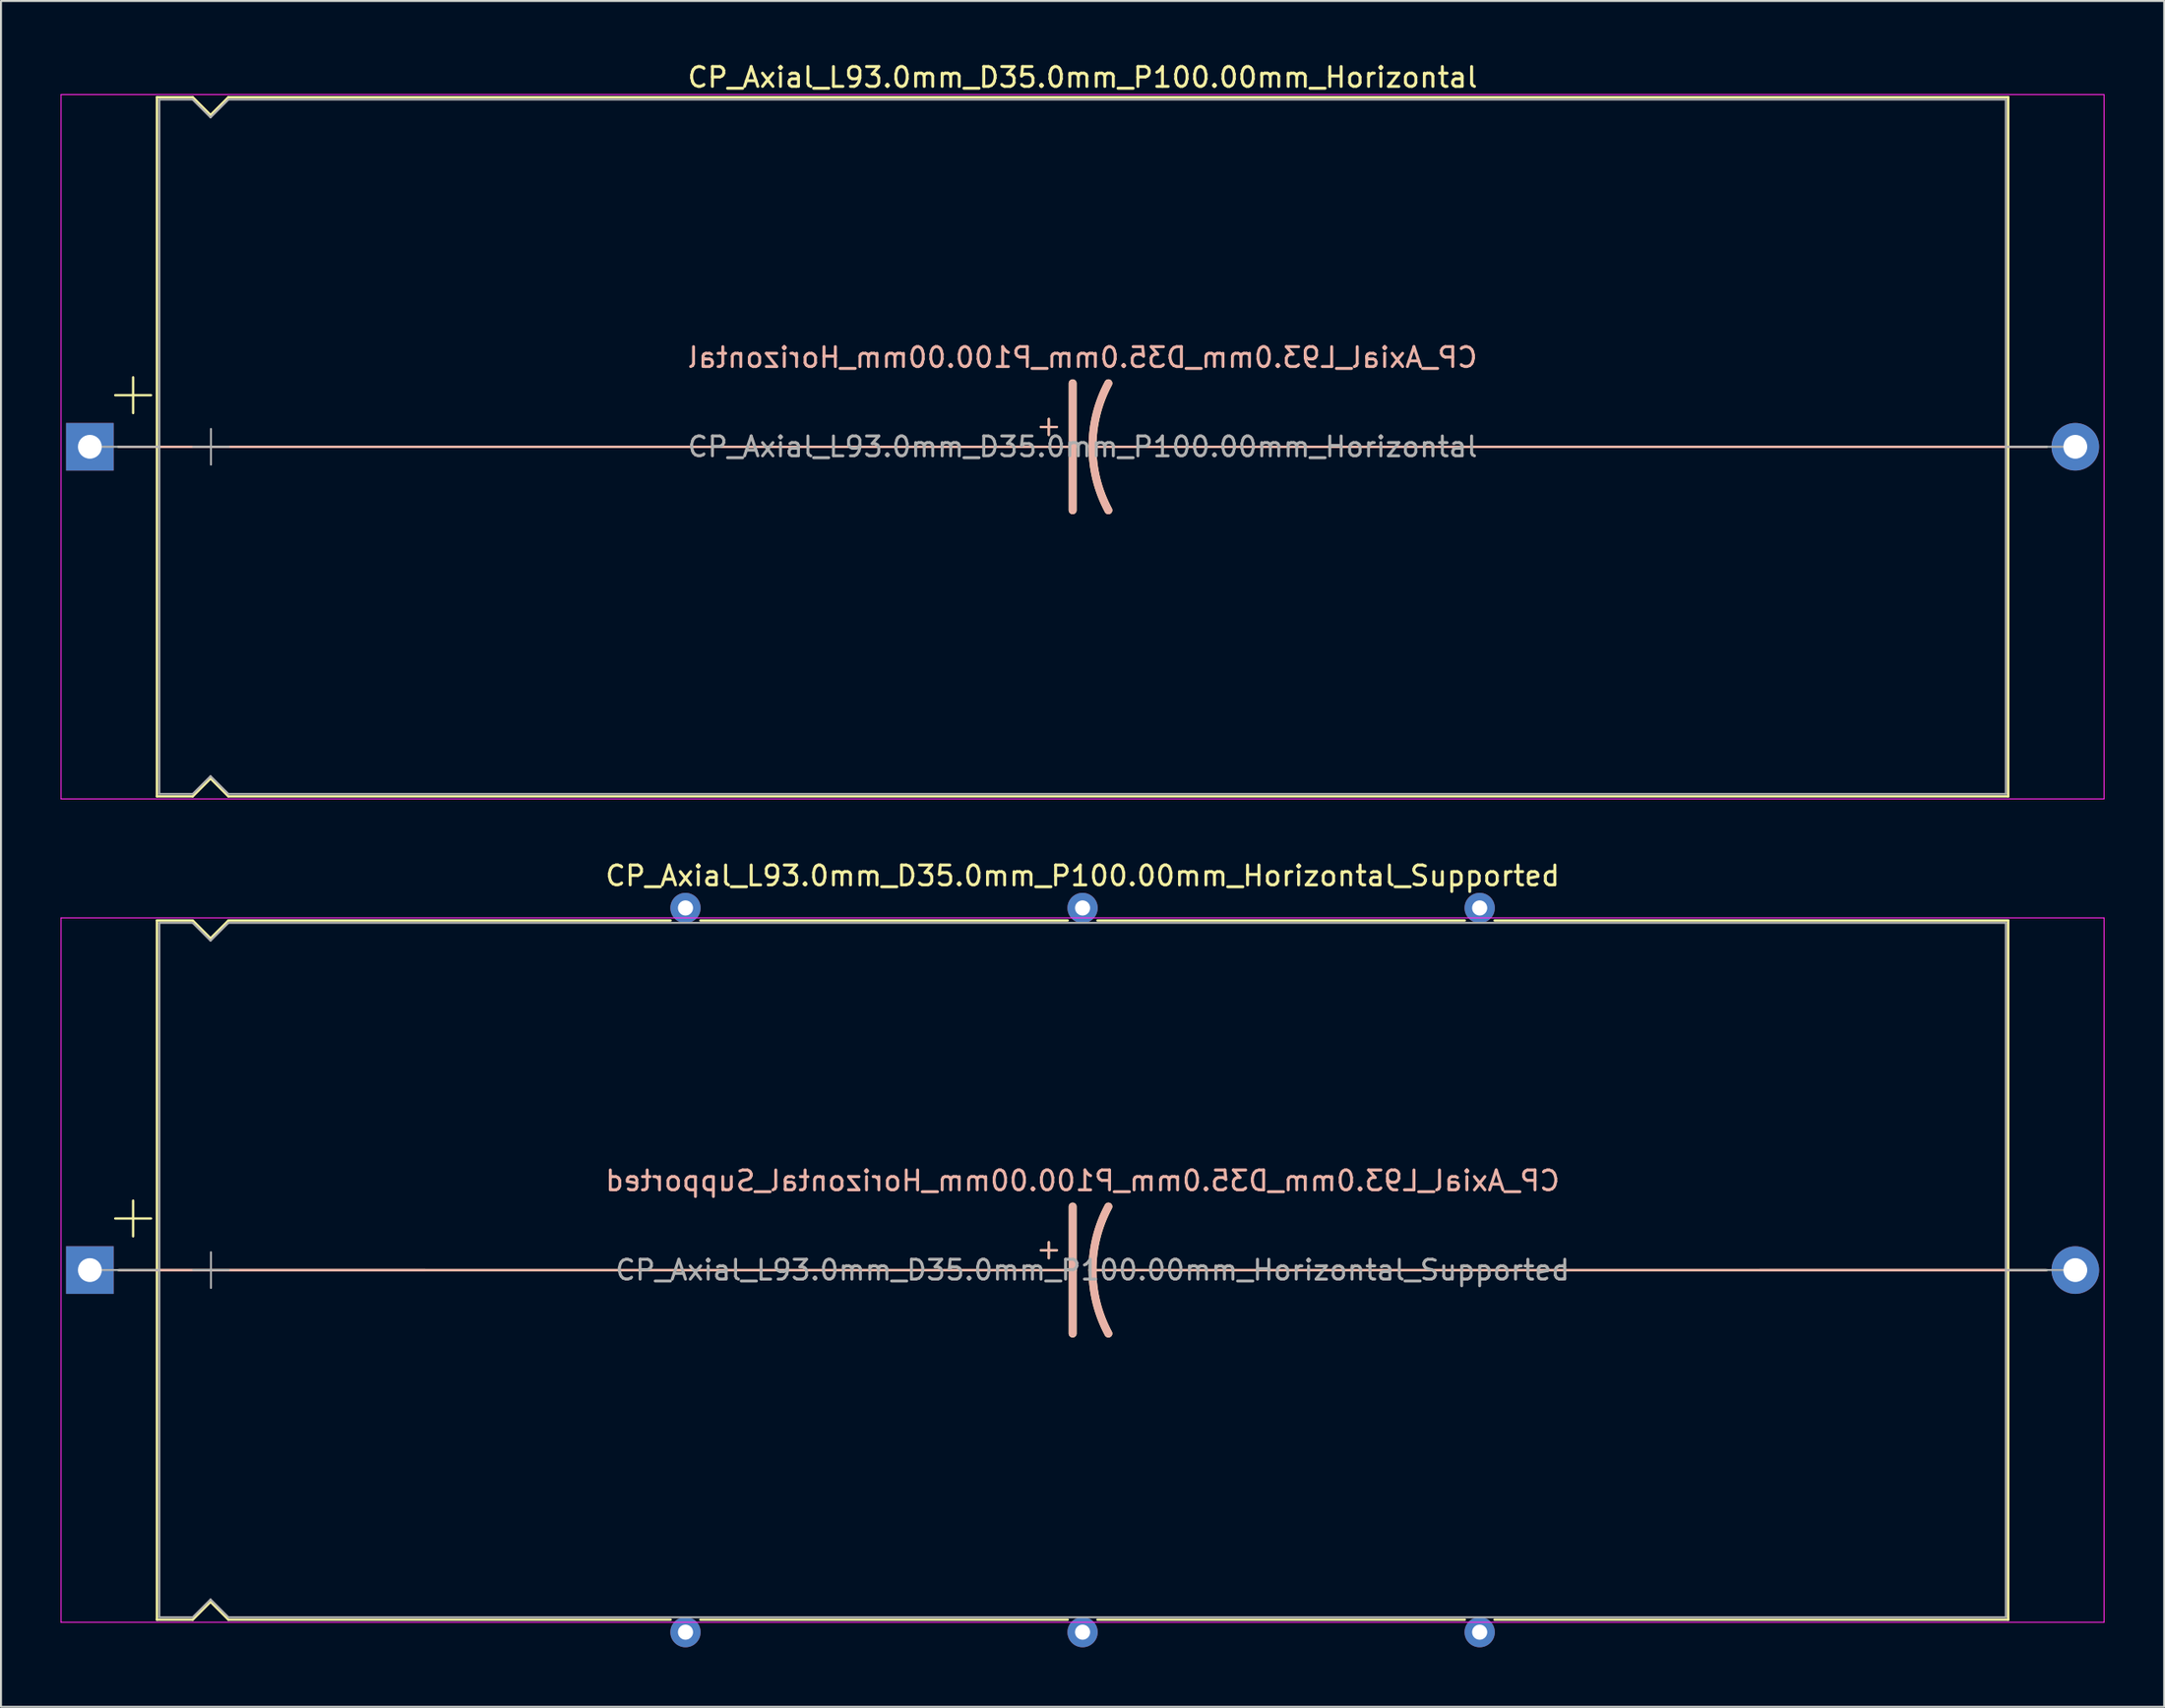
<source format=kicad_pcb>
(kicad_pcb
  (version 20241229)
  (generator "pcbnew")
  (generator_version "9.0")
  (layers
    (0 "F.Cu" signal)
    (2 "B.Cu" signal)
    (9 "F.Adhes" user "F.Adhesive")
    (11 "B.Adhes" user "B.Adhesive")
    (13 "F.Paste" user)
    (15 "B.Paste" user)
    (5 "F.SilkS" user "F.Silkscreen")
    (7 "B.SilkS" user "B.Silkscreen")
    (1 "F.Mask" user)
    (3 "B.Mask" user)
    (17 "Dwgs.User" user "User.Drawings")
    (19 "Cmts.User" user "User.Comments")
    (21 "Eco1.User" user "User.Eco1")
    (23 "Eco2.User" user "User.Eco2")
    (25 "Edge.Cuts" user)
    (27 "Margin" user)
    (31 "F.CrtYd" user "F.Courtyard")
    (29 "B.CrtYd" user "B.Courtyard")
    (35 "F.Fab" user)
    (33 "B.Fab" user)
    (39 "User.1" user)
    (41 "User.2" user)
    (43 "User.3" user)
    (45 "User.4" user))
  (footprint "CP_Axial_L93.0mm_D35.0mm_P100.00mm_Horizontal_Supported"
    (layer "F.Cu")
    (at 1.475 60.962)
    (property "Reference" "CP_Axial_L93.0mm_D35.0mm_P100.00mm_Horizontal_Supported" (at 50 -19.87 0) (layer "F.SilkS") (effects (font (size 1 1) (thickness 0.15))))
    (fp_line (start 1.28 -2.6) (end 3.08 -2.6) (stroke (width 0.12) (type solid)) (layer "F.SilkS"))
    (fp_line (start 1.44 0) (end 3.38 0) (stroke (width 0.12) (type solid)) (layer "F.SilkS"))
    (fp_line (start 2.18 -3.5) (end 2.18 -1.7) (stroke (width 0.12) (type solid)) (layer "F.SilkS"))
    (fp_line (start 3.38 -17.62) (end 3.38 17.62) (stroke (width 0.12) (type solid)) (layer "F.SilkS"))
    (fp_line (start 3.38 -17.62) (end 5.18 -17.62) (stroke (width 0.12) (type solid)) (layer "F.SilkS"))
    (fp_line (start 3.38 0) (end 49.5 0) (stroke (width 0.12) (type solid)) (layer "F.SilkS"))
    (fp_line (start 3.38 17.62) (end 5.18 17.62) (stroke (width 0.12) (type solid)) (layer "F.SilkS"))
    (fp_line (start 5.18 -17.62) (end 6.08 -16.72) (stroke (width 0.12) (type solid)) (layer "F.SilkS"))
    (fp_line (start 5.18 17.62) (end 6.08 16.72) (stroke (width 0.12) (type solid)) (layer "F.SilkS"))
    (fp_line (start 6.08 -16.72) (end 6.98 -17.62) (stroke (width 0.12) (type solid)) (layer "F.SilkS"))
    (fp_line (start 6.08 16.72) (end 6.98 17.62) (stroke (width 0.12) (type solid)) (layer "F.SilkS"))
    (fp_line (start 6.98 -17.62) (end 29.25 -17.62) (stroke (width 0.12) (type solid)) (layer "F.SilkS"))
    (fp_line (start 6.98 17.62) (end 29.25 17.62) (stroke (width 0.12) (type solid)) (layer "F.SilkS"))
    (fp_line (start 30.75 -17.62) (end 49.25 -17.62) (stroke (width 0.12) (type solid)) (layer "F.SilkS"))
    (fp_line (start 30.75 17.62) (end 49.25 17.62) (stroke (width 0.12) (type solid)) (layer "F.SilkS"))
    (fp_line (start 47.9 -1) (end 48.7 -1) (stroke (width 0.12) (type solid)) (layer "F.SilkS"))
    (fp_line (start 48.3 -1.4) (end 48.3 -0.6) (stroke (width 0.12) (type solid)) (layer "F.SilkS"))
    (fp_line (start 49.5 0) (end 49.5 -3.2) (stroke (width 0.4) (type solid)) (layer "F.SilkS"))
    (fp_line (start 49.5 0) (end 49.5 3.2) (stroke (width 0.4) (type solid)) (layer "F.SilkS"))
    (fp_line (start 50.75 -17.62) (end 69.25 -17.62) (stroke (width 0.12) (type solid)) (layer "F.SilkS"))
    (fp_line (start 50.75 17.62) (end 69.25 17.62) (stroke (width 0.12) (type solid)) (layer "F.SilkS"))
    (fp_line (start 70.75 -17.62) (end 96.62 -17.62) (stroke (width 0.12) (type solid)) (layer "F.SilkS"))
    (fp_line (start 70.75 17.62) (end 96.62 17.62) (stroke (width 0.12) (type solid)) (layer "F.SilkS"))
    (fp_line (start 96.62 -17.62) (end 96.62 17.62) (stroke (width 0.12) (type solid)) (layer "F.SilkS"))
    (fp_line (start 96.62 0) (end 50.5 0) (stroke (width 0.12) (type solid)) (layer "F.SilkS"))
    (fp_line (start 98.56 0) (end 96.62 0) (stroke (width 0.12) (type solid)) (layer "F.SilkS"))
    (fp_arc (start 50.5 0) (mid 50.703545 -1.649114) (end 51.3 -3.2) (stroke (width 0.4) (type solid)) (layer "F.SilkS"))
    (fp_arc (start 51.3 3.2) (mid 50.700704 1.649824) (end 50.5 0) (stroke (width 0.4) (type solid)) (layer "F.SilkS"))
    (fp_line (start 1.5 0) (end 16.88 0) (stroke (width 0.12) (type solid)) (layer "B.SilkS"))
    (fp_line (start 3.38 0) (end 49.5 0) (stroke (width 0.12) (type solid)) (layer "B.SilkS"))
    (fp_line (start 47.9 -1) (end 48.7 -1) (stroke (width 0.12) (type solid)) (layer "B.SilkS"))
    (fp_line (start 48.3 -0.6) (end 48.3 -1.4) (stroke (width 0.12) (type solid)) (layer "B.SilkS"))
    (fp_line (start 49.5 0) (end 49.5 -3.2) (stroke (width 0.4) (type solid)) (layer "B.SilkS"))
    (fp_line (start 49.5 0) (end 49.5 3.2) (stroke (width 0.4) (type solid)) (layer "B.SilkS"))
    (fp_line (start 96.62 0) (end 50.5 0) (stroke (width 0.12) (type solid)) (layer "B.SilkS"))
    (fp_line (start 98.5 0) (end 84.12 0) (stroke (width 0.12) (type solid)) (layer "B.SilkS"))
    (fp_arc (start 50.5 0) (mid 50.700703 -1.649824) (end 51.3 -3.2) (stroke (width 0.4) (type solid)) (layer "B.SilkS"))
    (fp_arc (start 51.3 3.2) (mid 50.703544 1.649114) (end 50.5 0) (stroke (width 0.4) (type solid)) (layer "B.SilkS"))
    (fp_line (start -1.45 -17.75) (end -1.45 17.75) (stroke (width 0.05) (type solid)) (layer "F.CrtYd"))
    (fp_line (start -1.45 17.75) (end 101.45 17.75) (stroke (width 0.05) (type solid)) (layer "F.CrtYd"))
    (fp_line (start 101.45 -17.75) (end -1.45 -17.75) (stroke (width 0.05) (type solid)) (layer "F.CrtYd"))
    (fp_line (start 101.45 17.75) (end 101.45 -17.75) (stroke (width 0.05) (type solid)) (layer "F.CrtYd"))
    (fp_line (start 0 0) (end 3.5 0) (stroke (width 0.1) (type solid)) (layer "F.Fab"))
    (fp_line (start 3.5 -17.5) (end 3.5 17.5) (stroke (width 0.1) (type solid)) (layer "F.Fab"))
    (fp_line (start 3.5 -17.5) (end 5.18 -17.5) (stroke (width 0.1) (type solid)) (layer "F.Fab"))
    (fp_line (start 3.5 17.5) (end 5.18 17.5) (stroke (width 0.1) (type solid)) (layer "F.Fab"))
    (fp_line (start 5.18 -17.5) (end 6.08 -16.6) (stroke (width 0.1) (type solid)) (layer "F.Fab"))
    (fp_line (start 5.18 17.5) (end 6.08 16.6) (stroke (width 0.1) (type solid)) (layer "F.Fab"))
    (fp_line (start 5.2 0) (end 7 0) (stroke (width 0.1) (type solid)) (layer "F.Fab"))
    (fp_line (start 6.08 -16.6) (end 6.98 -17.5) (stroke (width 0.1) (type solid)) (layer "F.Fab"))
    (fp_line (start 6.08 16.6) (end 6.98 17.5) (stroke (width 0.1) (type solid)) (layer "F.Fab"))
    (fp_line (start 6.1 -0.9) (end 6.1 0.9) (stroke (width 0.1) (type solid)) (layer "F.Fab"))
    (fp_line (start 6.98 -17.5) (end 96.5 -17.5) (stroke (width 0.1) (type solid)) (layer "F.Fab"))
    (fp_line (start 6.98 17.5) (end 96.5 17.5) (stroke (width 0.1) (type solid)) (layer "F.Fab"))
    (fp_line (start 96.5 -17.5) (end 96.5 17.5) (stroke (width 0.1) (type solid)) (layer "F.Fab"))
    (fp_line (start 100 0) (end 96.5 0) (stroke (width 0.1) (type solid)) (layer "F.Fab"))
    (fp_text user "${REFERENCE}" (at 50 -4.5 0) (layer "B.SilkS") (effects (font (size 1 1) (thickness 0.15)) (justify mirror)))
    (fp_text user "${REFERENCE}" (at 50.5 0 0) (layer "F.Fab") (effects (font (size 1 1) (thickness 0.15))))
    (pad "" thru_hole circle (at 30 -18.25) (size 1.524 1.524) (drill 0.762) (layers "*.Cu" "*.Mask"))
    (pad "" thru_hole circle (at 30 18.25) (size 1.524 1.524) (drill 0.762) (layers "*.Cu" "*.Mask"))
    (pad "" thru_hole circle (at 50 -18.25) (size 1.524 1.524) (drill 0.762) (layers "*.Cu" "*.Mask"))
    (pad "" thru_hole circle (at 50 18.25) (size 1.524 1.524) (drill 0.762) (layers "*.Cu" "*.Mask"))
    (pad "" thru_hole circle (at 70 -18.25) (size 1.524 1.524) (drill 0.762) (layers "*.Cu" "*.Mask"))
    (pad "" thru_hole circle (at 70 18.25) (size 1.524 1.524) (drill 0.762) (layers "*.Cu" "*.Mask"))
    (pad "1" thru_hole rect (at 0 0) (size 2.4 2.4) (drill 1.2) (layers "*.Cu" "*.Mask"))
    (pad "2" thru_hole oval (at 100 0) (size 2.4 2.4) (drill 1.2) (layers "*.Cu" "*.Mask")))
  (footprint "CP_Axial_L93.0mm_D35.0mm_P100.00mm_Horizontal"
    (layer "F.Cu")
    (at 1.475 19.468)
    (property "Reference" "CP_Axial_L93.0mm_D35.0mm_P100.00mm_Horizontal" (at 50 -18.62 0) (layer "F.SilkS") (effects (font (size 1 1) (thickness 0.15))))
    (fp_line (start 1.28 -2.6) (end 3.08 -2.6) (stroke (width 0.12) (type solid)) (layer "F.SilkS"))
    (fp_line (start 1.44 0) (end 3.38 0) (stroke (width 0.12) (type solid)) (layer "F.SilkS"))
    (fp_line (start 2.18 -3.5) (end 2.18 -1.7) (stroke (width 0.12) (type solid)) (layer "F.SilkS"))
    (fp_line (start 3.38 -17.62) (end 3.38 17.62) (stroke (width 0.12) (type solid)) (layer "F.SilkS"))
    (fp_line (start 3.38 -17.62) (end 5.18 -17.62) (stroke (width 0.12) (type solid)) (layer "F.SilkS"))
    (fp_line (start 3.38 0) (end 49.5 0) (stroke (width 0.12) (type solid)) (layer "F.SilkS"))
    (fp_line (start 3.38 17.62) (end 5.18 17.62) (stroke (width 0.12) (type solid)) (layer "F.SilkS"))
    (fp_line (start 5.18 -17.62) (end 6.08 -16.72) (stroke (width 0.12) (type solid)) (layer "F.SilkS"))
    (fp_line (start 5.18 17.62) (end 6.08 16.72) (stroke (width 0.12) (type solid)) (layer "F.SilkS"))
    (fp_line (start 6.08 -16.72) (end 6.98 -17.62) (stroke (width 0.12) (type solid)) (layer "F.SilkS"))
    (fp_line (start 6.08 16.72) (end 6.98 17.62) (stroke (width 0.12) (type solid)) (layer "F.SilkS"))
    (fp_line (start 6.98 -17.62) (end 96.62 -17.62) (stroke (width 0.12) (type solid)) (layer "F.SilkS"))
    (fp_line (start 6.98 17.62) (end 96.62 17.62) (stroke (width 0.12) (type solid)) (layer "F.SilkS"))
    (fp_line (start 47.9 -1) (end 48.7 -1) (stroke (width 0.12) (type solid)) (layer "F.SilkS"))
    (fp_line (start 48.3 -1.4) (end 48.3 -0.6) (stroke (width 0.12) (type solid)) (layer "F.SilkS"))
    (fp_line (start 49.5 0) (end 49.5 -3.2) (stroke (width 0.4) (type solid)) (layer "F.SilkS"))
    (fp_line (start 49.5 0) (end 49.5 3.2) (stroke (width 0.4) (type solid)) (layer "F.SilkS"))
    (fp_line (start 96.62 -17.62) (end 96.62 17.62) (stroke (width 0.12) (type solid)) (layer "F.SilkS"))
    (fp_line (start 96.62 0) (end 50.5 0) (stroke (width 0.12) (type solid)) (layer "F.SilkS"))
    (fp_line (start 98.56 0) (end 96.62 0) (stroke (width 0.12) (type solid)) (layer "F.SilkS"))
    (fp_arc (start 50.5 0) (mid 50.703545 -1.649114) (end 51.3 -3.2) (stroke (width 0.4) (type solid)) (layer "F.SilkS"))
    (fp_arc (start 51.3 3.2) (mid 50.700704 1.649824) (end 50.5 0) (stroke (width 0.4) (type solid)) (layer "F.SilkS"))
    (fp_line (start 1.5 0) (end 16.38 0) (stroke (width 0.12) (type solid)) (layer "B.SilkS"))
    (fp_line (start 3.38 0) (end 49.5 0) (stroke (width 0.12) (type solid)) (layer "B.SilkS"))
    (fp_line (start 47.9 -1) (end 48.7 -1) (stroke (width 0.12) (type solid)) (layer "B.SilkS"))
    (fp_line (start 48.3 -0.6) (end 48.3 -1.4) (stroke (width 0.12) (type solid)) (layer "B.SilkS"))
    (fp_line (start 49.5 0) (end 49.5 -3.2) (stroke (width 0.4) (type solid)) (layer "B.SilkS"))
    (fp_line (start 49.5 0) (end 49.5 3.2) (stroke (width 0.4) (type solid)) (layer "B.SilkS"))
    (fp_line (start 96.62 0) (end 50.5 0) (stroke (width 0.12) (type solid)) (layer "B.SilkS"))
    (fp_line (start 98.5 0) (end 83.62 0) (stroke (width 0.12) (type solid)) (layer "B.SilkS"))
    (fp_arc (start 50.5 0) (mid 50.700703 -1.649824) (end 51.3 -3.2) (stroke (width 0.4) (type solid)) (layer "B.SilkS"))
    (fp_arc (start 51.3 3.2) (mid 50.703544 1.649114) (end 50.5 0) (stroke (width 0.4) (type solid)) (layer "B.SilkS"))
    (fp_line (start -1.45 -17.75) (end -1.45 17.75) (stroke (width 0.05) (type solid)) (layer "F.CrtYd"))
    (fp_line (start -1.45 17.75) (end 101.45 17.75) (stroke (width 0.05) (type solid)) (layer "F.CrtYd"))
    (fp_line (start 101.45 -17.75) (end -1.45 -17.75) (stroke (width 0.05) (type solid)) (layer "F.CrtYd"))
    (fp_line (start 101.45 17.75) (end 101.45 -17.75) (stroke (width 0.05) (type solid)) (layer "F.CrtYd"))
    (fp_line (start 0 0) (end 3.5 0) (stroke (width 0.1) (type solid)) (layer "F.Fab"))
    (fp_line (start 3.5 -17.5) (end 3.5 17.5) (stroke (width 0.1) (type solid)) (layer "F.Fab"))
    (fp_line (start 3.5 -17.5) (end 5.18 -17.5) (stroke (width 0.1) (type solid)) (layer "F.Fab"))
    (fp_line (start 3.5 17.5) (end 5.18 17.5) (stroke (width 0.1) (type solid)) (layer "F.Fab"))
    (fp_line (start 5.18 -17.5) (end 6.08 -16.6) (stroke (width 0.1) (type solid)) (layer "F.Fab"))
    (fp_line (start 5.18 17.5) (end 6.08 16.6) (stroke (width 0.1) (type solid)) (layer "F.Fab"))
    (fp_line (start 5.2 0) (end 7 0) (stroke (width 0.1) (type solid)) (layer "F.Fab"))
    (fp_line (start 6.08 -16.6) (end 6.98 -17.5) (stroke (width 0.1) (type solid)) (layer "F.Fab"))
    (fp_line (start 6.08 16.6) (end 6.98 17.5) (stroke (width 0.1) (type solid)) (layer "F.Fab"))
    (fp_line (start 6.1 -0.9) (end 6.1 0.9) (stroke (width 0.1) (type solid)) (layer "F.Fab"))
    (fp_line (start 6.98 -17.5) (end 96.5 -17.5) (stroke (width 0.1) (type solid)) (layer "F.Fab"))
    (fp_line (start 6.98 17.5) (end 96.5 17.5) (stroke (width 0.1) (type solid)) (layer "F.Fab"))
    (fp_line (start 96.5 -17.5) (end 96.5 17.5) (stroke (width 0.1) (type solid)) (layer "F.Fab"))
    (fp_line (start 100 0) (end 96.5 0) (stroke (width 0.1) (type solid)) (layer "F.Fab"))
    (fp_text user "${REFERENCE}" (at 50 -4.5 0) (layer "B.SilkS") (effects (font (size 1 1) (thickness 0.15)) (justify mirror)))
    (fp_text user "${REFERENCE}" (at 50 0 0) (layer "F.Fab") (effects (font (size 1 1) (thickness 0.15))))
    (pad "1" thru_hole rect (at 0 0) (size 2.4 2.4) (drill 1.2) (layers "*.Cu" "*.Mask"))
    (pad "2" thru_hole oval (at 100 0) (size 2.4 2.4) (drill 1.2) (layers "*.Cu" "*.Mask")))
  (gr_rect
    (start -3 -3)
    (end 105.95 82.974)
    (stroke (width 0.1) (type default))
    (fill no)
    (layer "Edge.Cuts")))
</source>
